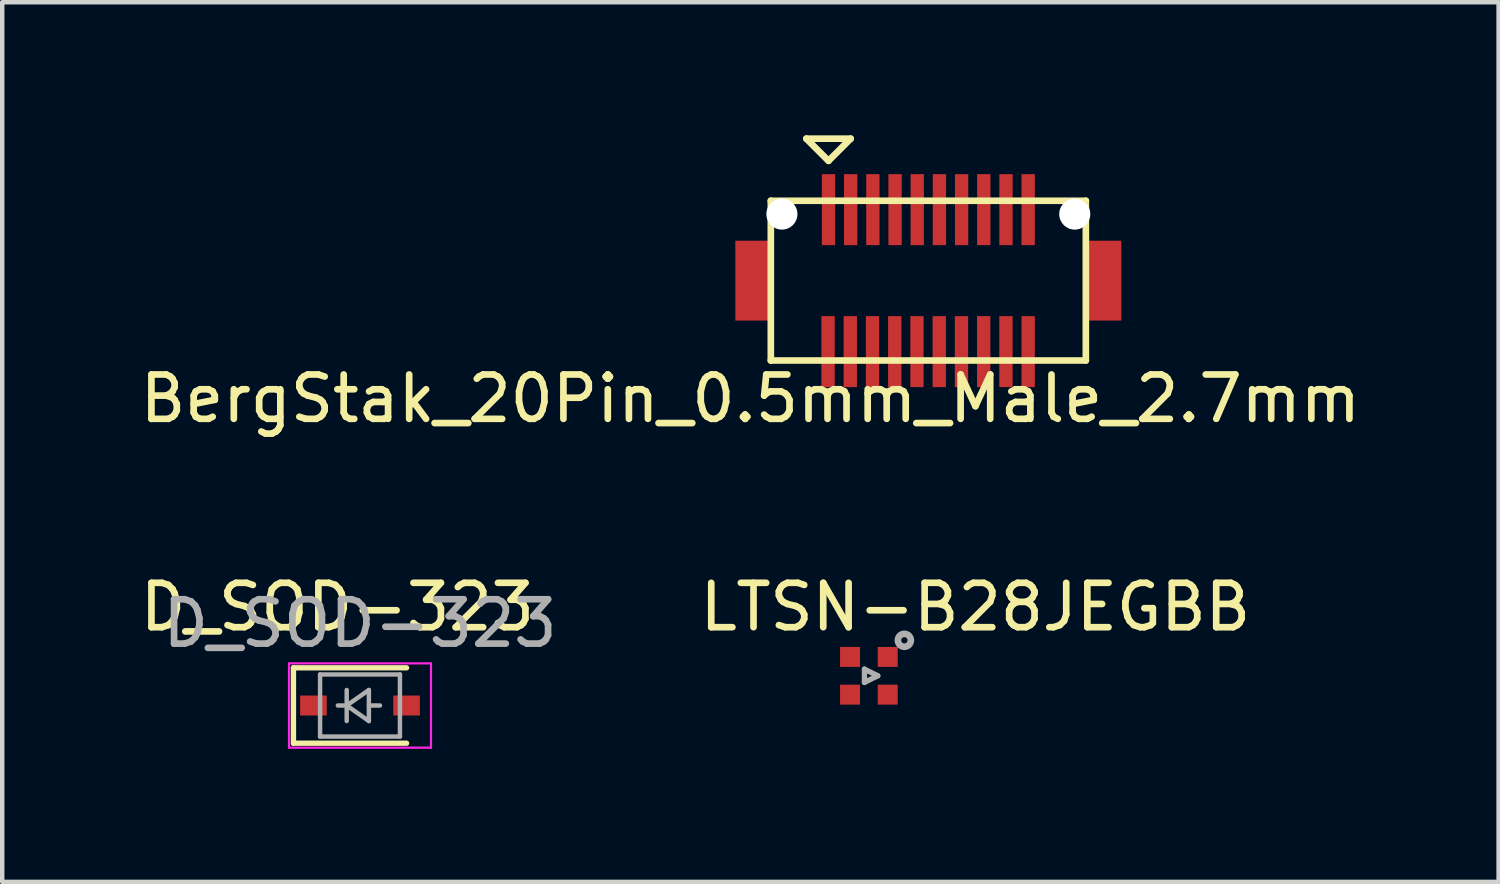
<source format=kicad_pcb>
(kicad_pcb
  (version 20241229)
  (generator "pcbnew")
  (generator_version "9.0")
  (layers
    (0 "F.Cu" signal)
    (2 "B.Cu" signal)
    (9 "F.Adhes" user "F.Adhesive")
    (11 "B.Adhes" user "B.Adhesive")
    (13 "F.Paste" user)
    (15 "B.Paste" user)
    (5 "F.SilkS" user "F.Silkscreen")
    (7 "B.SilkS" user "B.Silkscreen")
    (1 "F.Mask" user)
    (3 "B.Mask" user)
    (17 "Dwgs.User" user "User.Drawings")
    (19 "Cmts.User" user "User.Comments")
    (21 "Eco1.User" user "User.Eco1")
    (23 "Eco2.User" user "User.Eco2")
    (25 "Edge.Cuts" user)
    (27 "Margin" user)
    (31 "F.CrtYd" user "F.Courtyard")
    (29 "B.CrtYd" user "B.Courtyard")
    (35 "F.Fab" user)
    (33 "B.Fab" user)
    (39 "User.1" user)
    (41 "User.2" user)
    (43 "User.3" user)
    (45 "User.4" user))
  (footprint "D_SOD-323"
    (layer "F.Cu")
    (at 5.064 12.851)
    (property "Reference" "D_SOD-323" (at -0.51 -2.22 0) (layer "F.SilkS") (effects (font (size 1 1) (thickness 0.15))))
    (attr smd)
    (fp_line (start -1.5 -0.85) (end -1.5 0.85) (stroke (width 0.12) (type solid)) (layer "F.SilkS"))
    (fp_line (start -1.5 -0.85) (end 1.05 -0.85) (stroke (width 0.12) (type solid)) (layer "F.SilkS"))
    (fp_line (start -1.5 0.85) (end 1.05 0.85) (stroke (width 0.12) (type solid)) (layer "F.SilkS"))
    (fp_line (start -1.6 -0.95) (end -1.6 0.95) (stroke (width 0.05) (type solid)) (layer "F.CrtYd"))
    (fp_line (start -1.6 -0.95) (end 1.6 -0.95) (stroke (width 0.05) (type solid)) (layer "F.CrtYd"))
    (fp_line (start -1.6 0.95) (end 1.6 0.95) (stroke (width 0.05) (type solid)) (layer "F.CrtYd"))
    (fp_line (start 1.6 -0.95) (end 1.6 0.95) (stroke (width 0.05) (type solid)) (layer "F.CrtYd"))
    (fp_line (start -0.9 -0.7) (end 0.9 -0.7) (stroke (width 0.1) (type solid)) (layer "F.Fab"))
    (fp_line (start -0.9 0.7) (end -0.9 -0.7) (stroke (width 0.1) (type solid)) (layer "F.Fab"))
    (fp_line (start -0.3 -0.35) (end -0.3 0.35) (stroke (width 0.1) (type solid)) (layer "F.Fab"))
    (fp_line (start -0.3 0) (end -0.5 0) (stroke (width 0.1) (type solid)) (layer "F.Fab"))
    (fp_line (start -0.3 0) (end 0.2 -0.35) (stroke (width 0.1) (type solid)) (layer "F.Fab"))
    (fp_line (start 0.2 -0.35) (end 0.2 0.35) (stroke (width 0.1) (type solid)) (layer "F.Fab"))
    (fp_line (start 0.2 0) (end 0.45 0) (stroke (width 0.1) (type solid)) (layer "F.Fab"))
    (fp_line (start 0.2 0.35) (end -0.3 0) (stroke (width 0.1) (type solid)) (layer "F.Fab"))
    (fp_line (start 0.9 -0.7) (end 0.9 0.7) (stroke (width 0.1) (type solid)) (layer "F.Fab"))
    (fp_line (start 0.9 0.7) (end -0.9 0.7) (stroke (width 0.1) (type solid)) (layer "F.Fab"))
    (fp_text user "${REFERENCE}" (at 0 -1.85 0) (layer "F.Fab") (effects (font (size 1 1) (thickness 0.15))))
    (pad "1" smd rect (at -1.05 0) (size 0.6 0.45) (layers "F.Cu" "F.Mask" "F.Paste"))
    (pad "2" smd rect (at 1.05 0) (size 0.6 0.45) (layers "F.Cu" "F.Mask" "F.Paste")))
  (footprint "LTSN-B28JEGBB"
    (layer "F.Cu")
    (at 16.533 12.181)
    (property "Reference" "LTSN-B28JEGBB" (at 2.4 -1.55 0) (layer "F.SilkS") (effects (font (size 1 1) (thickness 0.15))))
    (attr smd)
    (fp_line (start -0.1 -0.15) (end -0.1 0.15) (stroke (width 0.12) (type solid)) (layer "F.Fab"))
    (fp_line (start -0.1 0.15) (end 0.2 0) (stroke (width 0.12) (type solid)) (layer "F.Fab"))
    (fp_line (start 0.2 0) (end -0.1 -0.15) (stroke (width 0.12) (type solid)) (layer "F.Fab"))
    (fp_circle (center 0.8 -0.8) (end 0.871 -0.8) (stroke (width 0.15) (type solid)) (fill no) (layer "F.Fab"))
    (pad "1" smd rect (at 0.425 -0.425) (size 0.45 0.45) (layers "F.Cu" "F.Mask" "F.Paste"))
    (pad "2" smd rect (at 0.425 0.425) (size 0.45 0.45) (layers "F.Cu" "F.Mask" "F.Paste"))
    (pad "3" smd rect (at -0.425 0.425) (size 0.45 0.45) (layers "F.Cu" "F.Mask" "F.Paste"))
    (pad "4" smd rect (at -0.425 -0.425) (size 0.45 0.45) (layers "F.Cu" "F.Mask" "F.Paste")))
  (footprint "BergStak_20Pin_0.5mm_Male_2.7mm"
    (layer "F.Cu")
    (at 17.873 3.275)
    (property "Reference" "BergStak_20Pin_0.5mm_Male_2.7mm" (at -4.01 2.66 0) (layer "F.SilkS") (effects (font (size 1 1) (thickness 0.15))))
    (attr smd)
    (fp_line (start -3.55 -1.8) (end 3.55 -1.8) (stroke (width 0.15) (type solid)) (layer "F.SilkS"))
    (fp_line (start -3.55 1.8) (end -3.55 -1.8) (stroke (width 0.15) (type solid)) (layer "F.SilkS"))
    (fp_line (start -2.75 -3.2) (end -2.25 -2.7) (stroke (width 0.15) (type solid)) (layer "F.SilkS"))
    (fp_line (start -2.25 -2.7) (end -1.75 -3.2) (stroke (width 0.15) (type solid)) (layer "F.SilkS"))
    (fp_line (start -1.75 -3.2) (end -2.75 -3.2) (stroke (width 0.15) (type solid)) (layer "F.SilkS"))
    (fp_line (start 3.55 -1.8) (end 3.55 1.8) (stroke (width 0.15) (type solid)) (layer "F.SilkS"))
    (fp_line (start 3.55 1.8) (end -3.55 1.8) (stroke (width 0.15) (type solid)) (layer "F.SilkS"))
    (pad "" smd rect (at -3.95 0) (size 0.8 1.8) (layers "F.Cu" "F.Mask" "F.Paste"))
    (pad "" np_thru_hole circle (at -3.3 -1.5) (size 0.7 0.7) (drill 0.7) (layers "*.Cu" "*.Mask"))
    (pad "" np_thru_hole circle (at 3.3 -1.5) (size 0.7 0.7) (drill 0.7) (layers "*.Cu" "*.Mask"))
    (pad "" smd rect (at 3.95 0) (size 0.8 1.8) (layers "F.Cu" "F.Mask" "F.Paste"))
    (pad "1" smd rect (at -2.25 -1.6) (size 0.3 1.6) (layers "F.Cu" "F.Mask" "F.Paste"))
    (pad "2" smd rect (at -1.75 -1.6) (size 0.3 1.6) (layers "F.Cu" "F.Mask" "F.Paste"))
    (pad "3" smd rect (at -1.25 -1.6) (size 0.3 1.6) (layers "F.Cu" "F.Mask" "F.Paste"))
    (pad "4" smd rect (at -0.75 -1.6) (size 0.3 1.6) (layers "F.Cu" "F.Mask" "F.Paste"))
    (pad "5" smd rect (at -0.25 -1.6) (size 0.3 1.6) (layers "F.Cu" "F.Mask" "F.Paste"))
    (pad "6" smd rect (at 0.25 -1.6) (size 0.3 1.6) (layers "F.Cu" "F.Mask" "F.Paste"))
    (pad "7" smd rect (at 0.75 -1.6) (size 0.3 1.6) (layers "F.Cu" "F.Mask" "F.Paste"))
    (pad "8" smd rect (at 1.25 -1.6) (size 0.3 1.6) (layers "F.Cu" "F.Mask" "F.Paste"))
    (pad "9" smd rect (at 1.75 -1.6) (size 0.3 1.6) (layers "F.Cu" "F.Mask" "F.Paste"))
    (pad "10" smd rect (at 2.25 -1.6) (size 0.3 1.6) (layers "F.Cu" "F.Mask" "F.Paste"))
    (pad "11" smd rect (at 2.25 1.6) (size 0.3 1.6) (layers "F.Cu" "F.Mask" "F.Paste"))
    (pad "12" smd rect (at 1.749 1.6) (size 0.3 1.6) (layers "F.Cu" "F.Mask" "F.Paste"))
    (pad "13" smd rect (at 1.248 1.6) (size 0.3 1.6) (layers "F.Cu" "F.Mask" "F.Paste"))
    (pad "14" smd rect (at 0.747 1.6) (size 0.3 1.6) (layers "F.Cu" "F.Mask" "F.Paste"))
    (pad "15" smd rect (at 0.246 1.6) (size 0.3 1.6) (layers "F.Cu" "F.Mask" "F.Paste"))
    (pad "16" smd rect (at -0.256 1.6) (size 0.3 1.6) (layers "F.Cu" "F.Mask" "F.Paste"))
    (pad "17" smd rect (at -0.757 1.6) (size 0.3 1.6) (layers "F.Cu" "F.Mask" "F.Paste"))
    (pad "18" smd rect (at -1.258 1.6) (size 0.3 1.6) (layers "F.Cu" "F.Mask" "F.Paste"))
    (pad "19" smd rect (at -1.759 1.6) (size 0.3 1.6) (layers "F.Cu" "F.Mask" "F.Paste"))
    (pad "20" smd rect (at -2.26 1.6) (size 0.3 1.6) (layers "F.Cu" "F.Mask" "F.Paste")))
  (gr_rect
    (start -3 -3)
    (end 30.726 16.826)
    (stroke (width 0.1) (type default))
    (fill no)
    (layer "Edge.Cuts")))
</source>
